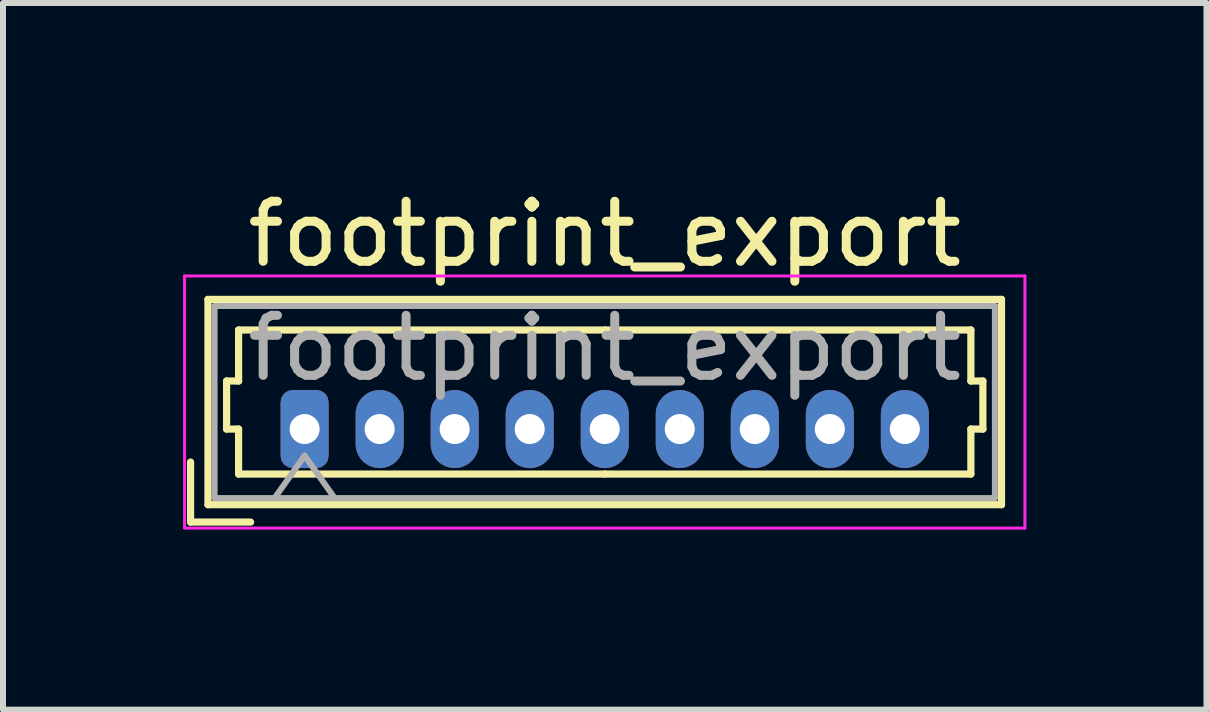
<source format=kicad_pcb>
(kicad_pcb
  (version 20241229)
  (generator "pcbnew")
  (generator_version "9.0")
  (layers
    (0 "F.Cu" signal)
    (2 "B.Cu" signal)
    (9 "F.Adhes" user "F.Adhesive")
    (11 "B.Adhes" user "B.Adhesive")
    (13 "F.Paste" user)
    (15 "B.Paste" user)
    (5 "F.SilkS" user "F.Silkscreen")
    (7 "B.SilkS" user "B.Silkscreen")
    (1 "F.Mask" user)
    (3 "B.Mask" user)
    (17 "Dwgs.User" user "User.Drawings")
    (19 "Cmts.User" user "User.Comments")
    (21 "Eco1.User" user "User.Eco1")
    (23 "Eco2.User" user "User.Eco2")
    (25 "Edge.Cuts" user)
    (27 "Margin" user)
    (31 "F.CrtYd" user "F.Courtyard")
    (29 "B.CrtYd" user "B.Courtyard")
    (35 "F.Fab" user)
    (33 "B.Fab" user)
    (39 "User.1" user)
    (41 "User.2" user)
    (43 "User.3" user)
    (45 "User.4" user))
  (footprint "footprint_export"
    (layer "F.Cu")
    (at 2.025 4.098)
    (property "Reference" "footprint_export" (at 5 -3.25 0) (layer "F.SilkS") (effects (font (size 1 1) (thickness 0.15))))
    (attr through_hole)
    (fp_line (start -1.9 1.55) (end -1.9 0.55) (stroke (width 0.12) (type solid)) (layer "F.SilkS"))
    (fp_line (start -1.9 1.55) (end -0.9 1.55) (stroke (width 0.12) (type solid)) (layer "F.SilkS"))
    (fp_line (start -1.61 -2.16) (end -1.61 1.26) (stroke (width 0.12) (type solid)) (layer "F.SilkS"))
    (fp_line (start -1.61 1.26) (end 11.61 1.26) (stroke (width 0.12) (type solid)) (layer "F.SilkS"))
    (fp_line (start -1.3 -0.8) (end -1.1 -0.8) (stroke (width 0.12) (type solid)) (layer "F.SilkS"))
    (fp_line (start -1.3 0) (end -1.3 -0.8) (stroke (width 0.12) (type solid)) (layer "F.SilkS"))
    (fp_line (start -1.1 -1.65) (end 5 -1.65) (stroke (width 0.12) (type solid)) (layer "F.SilkS"))
    (fp_line (start -1.1 -0.8) (end -1.1 -1.65) (stroke (width 0.12) (type solid)) (layer "F.SilkS"))
    (fp_line (start -1.1 0) (end -1.3 0) (stroke (width 0.12) (type solid)) (layer "F.SilkS"))
    (fp_line (start -1.1 0.75) (end -1.1 0) (stroke (width 0.12) (type solid)) (layer "F.SilkS"))
    (fp_line (start 5 0.75) (end -1.1 0.75) (stroke (width 0.12) (type solid)) (layer "F.SilkS"))
    (fp_line (start 5 0.75) (end 11.1 0.75) (stroke (width 0.12) (type solid)) (layer "F.SilkS"))
    (fp_line (start 11.1 -1.65) (end 5 -1.65) (stroke (width 0.12) (type solid)) (layer "F.SilkS"))
    (fp_line (start 11.1 -0.8) (end 11.1 -1.65) (stroke (width 0.12) (type solid)) (layer "F.SilkS"))
    (fp_line (start 11.1 0) (end 11.3 0) (stroke (width 0.12) (type solid)) (layer "F.SilkS"))
    (fp_line (start 11.1 0.75) (end 11.1 0) (stroke (width 0.12) (type solid)) (layer "F.SilkS"))
    (fp_line (start 11.3 -0.8) (end 11.1 -0.8) (stroke (width 0.12) (type solid)) (layer "F.SilkS"))
    (fp_line (start 11.3 0) (end 11.3 -0.8) (stroke (width 0.12) (type solid)) (layer "F.SilkS"))
    (fp_line (start 11.61 -2.16) (end -1.61 -2.16) (stroke (width 0.12) (type solid)) (layer "F.SilkS"))
    (fp_line (start 11.61 1.26) (end 11.61 -2.16) (stroke (width 0.12) (type solid)) (layer "F.SilkS"))
    (fp_line (start -2 -2.55) (end -2 1.65) (stroke (width 0.05) (type solid)) (layer "F.CrtYd"))
    (fp_line (start -2 1.65) (end 12 1.65) (stroke (width 0.05) (type solid)) (layer "F.CrtYd"))
    (fp_line (start 12 -2.55) (end -2 -2.55) (stroke (width 0.05) (type solid)) (layer "F.CrtYd"))
    (fp_line (start 12 1.65) (end 12 -2.55) (stroke (width 0.05) (type solid)) (layer "F.CrtYd"))
    (fp_line (start -1.5 -2.05) (end -1.5 1.15) (stroke (width 0.1) (type solid)) (layer "F.Fab"))
    (fp_line (start -1.5 1.15) (end 11.5 1.15) (stroke (width 0.1) (type solid)) (layer "F.Fab"))
    (fp_line (start -0.5 1.15) (end 0 0.443) (stroke (width 0.1) (type solid)) (layer "F.Fab"))
    (fp_line (start 0 0.443) (end 0.5 1.15) (stroke (width 0.1) (type solid)) (layer "F.Fab"))
    (fp_line (start 11.5 -2.05) (end -1.5 -2.05) (stroke (width 0.1) (type solid)) (layer "F.Fab"))
    (fp_line (start 11.5 1.15) (end 11.5 -2.05) (stroke (width 0.1) (type solid)) (layer "F.Fab"))
    (fp_text user "${REFERENCE}" (at 5 -1.35 0) (layer "F.Fab") (effects (font (size 1 1) (thickness 0.15))))
    (pad "1" thru_hole roundrect (at 0 0) (size 0.8 1.3) (drill 0.5) (layers "*.Cu" "*.Mask") (roundrect_rratio 0.25))
    (pad "2" thru_hole oval (at 1.25 0) (size 0.8 1.3) (drill 0.5) (layers "*.Cu" "*.Mask"))
    (pad "3" thru_hole oval (at 2.5 0) (size 0.8 1.3) (drill 0.5) (layers "*.Cu" "*.Mask"))
    (pad "4" thru_hole oval (at 3.75 0) (size 0.8 1.3) (drill 0.5) (layers "*.Cu" "*.Mask"))
    (pad "5" thru_hole oval (at 5 0) (size 0.8 1.3) (drill 0.5) (layers "*.Cu" "*.Mask"))
    (pad "6" thru_hole oval (at 6.25 0) (size 0.8 1.3) (drill 0.5) (layers "*.Cu" "*.Mask"))
    (pad "7" thru_hole oval (at 7.5 0) (size 0.8 1.3) (drill 0.5) (layers "*.Cu" "*.Mask"))
    (pad "8" thru_hole oval (at 8.75 0) (size 0.8 1.3) (drill 0.5) (layers "*.Cu" "*.Mask"))
    (pad "9" thru_hole oval (at 10 0) (size 0.8 1.3) (drill 0.5) (layers "*.Cu" "*.Mask")))
  (gr_rect
    (start -3 -3)
    (end 17.05 8.773)
    (stroke (width 0.1) (type default))
    (fill no)
    (layer "Edge.Cuts")))
</source>
